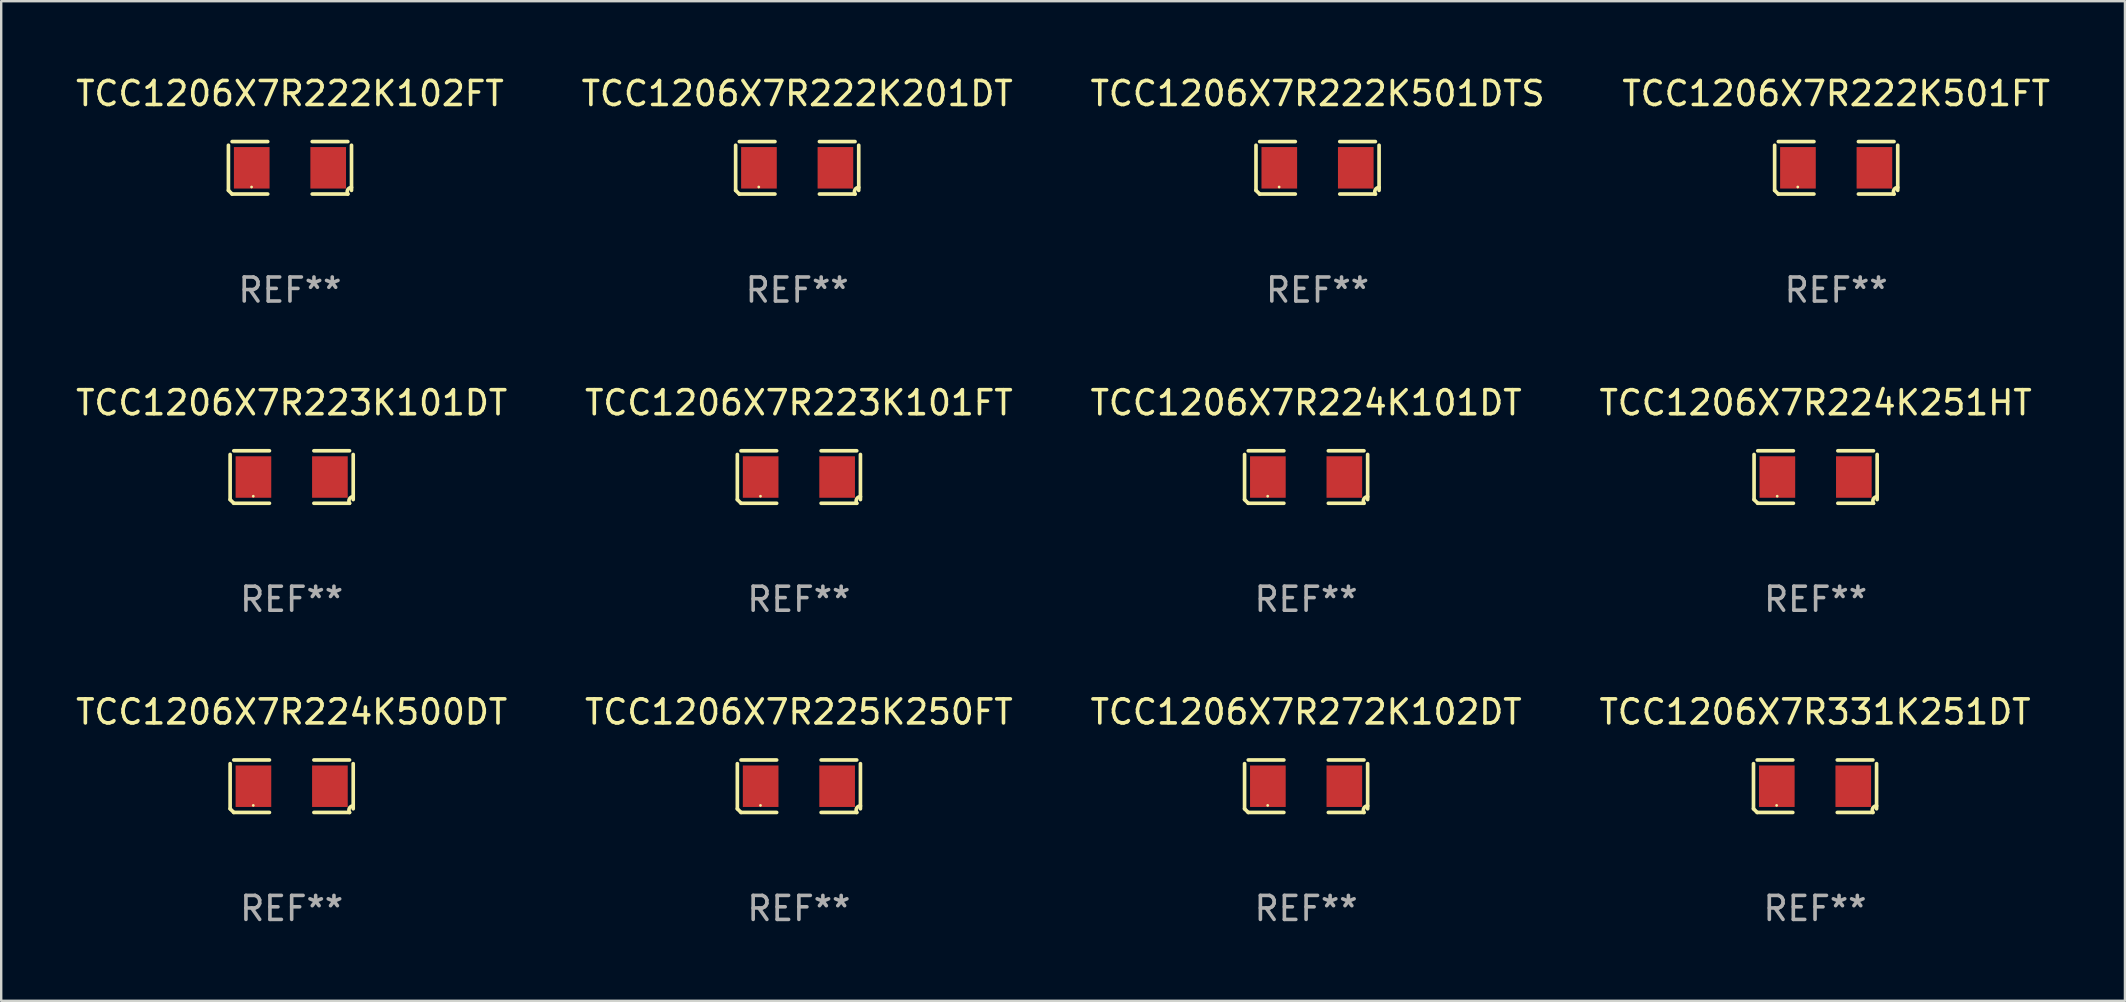
<source format=kicad_pcb>
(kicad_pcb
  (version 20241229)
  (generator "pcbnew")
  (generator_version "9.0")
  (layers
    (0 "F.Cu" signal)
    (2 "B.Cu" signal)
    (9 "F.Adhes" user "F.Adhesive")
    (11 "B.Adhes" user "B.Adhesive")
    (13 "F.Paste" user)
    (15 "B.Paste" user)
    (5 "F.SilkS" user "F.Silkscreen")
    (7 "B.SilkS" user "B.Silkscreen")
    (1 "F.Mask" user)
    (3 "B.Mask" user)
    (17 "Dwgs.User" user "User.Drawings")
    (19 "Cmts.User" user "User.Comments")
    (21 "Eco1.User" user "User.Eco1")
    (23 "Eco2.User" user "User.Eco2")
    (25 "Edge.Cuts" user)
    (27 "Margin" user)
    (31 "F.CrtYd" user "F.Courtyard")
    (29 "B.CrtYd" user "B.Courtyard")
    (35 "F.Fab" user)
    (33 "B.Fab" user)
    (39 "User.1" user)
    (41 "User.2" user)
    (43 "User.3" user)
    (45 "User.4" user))
  (footprint "TCC1206X7R331K251DT"
    (layer "F.Cu")
    (at 72.565 29.704)
    (property "Reference" "TCC1206X7R331K251DT" (at 0 -3.093 0) (layer "F.SilkS") (effects (font (size 1 1) (thickness 0.15))))
    (attr through_hole)
    (fp_line (start -2.564 0.94) (end -2.564 -0.94) (stroke (width 0.152) (type solid)) (layer "F.SilkS"))
    (fp_line (start -2.411 -1.093) (end -0.926 -1.093) (stroke (width 0.152) (type solid)) (layer "F.SilkS"))
    (fp_line (start -0.926 1.093) (end -2.411 1.093) (stroke (width 0.152) (type solid)) (layer "F.SilkS"))
    (fp_line (start 0.926 1.093) (end 2.411 1.093) (stroke (width 0.152) (type solid)) (layer "F.SilkS"))
    (fp_line (start 2.411 -1.093) (end 0.926 -1.093) (stroke (width 0.152) (type solid)) (layer "F.SilkS"))
    (fp_line (start 2.564 0.94) (end 2.564 -0.94) (stroke (width 0.152) (type solid)) (layer "F.SilkS"))
    (fp_arc (start -2.411201 1.092609) (mid -2.487413 1.01642) (end -2.563602 0.940208) (stroke (width 0.1524) (type solid)) (layer "F.SilkS"))
    (fp_arc (start 2.411201 1.092609) (mid 2.407159 0.911226) (end 2.563602 0.819347) (stroke (width 0.1524) (type solid)) (layer "F.SilkS"))
    (fp_circle (center -1.6 0.8) (end -1.57 0.8) (stroke (width 0.06) (type solid)) (fill no) (layer "F.SilkS"))
    (fp_text user "REF**" (at 0 5.093 0) (layer "F.Fab") (effects (font (size 1 1) (thickness 0.15))))
    (pad "1" smd rect (at -1.593 0) (size 1.485 1.728) (layers "F.Cu" "F.Mask" "F.Paste"))
    (pad "2" smd rect (at 1.593 0) (size 1.485 1.728) (layers "F.Cu" "F.Mask" "F.Paste")))
  (footprint "TCC1206X7R225K250FT"
    (layer "F.Cu")
    (at 30.232 29.704)
    (property "Reference" "TCC1206X7R225K250FT" (at 0 -3.093 0) (layer "F.SilkS") (effects (font (size 1 1) (thickness 0.15))))
    (attr through_hole)
    (fp_line (start -2.564 0.94) (end -2.564 -0.94) (stroke (width 0.152) (type solid)) (layer "F.SilkS"))
    (fp_line (start -2.411 -1.093) (end -0.926 -1.093) (stroke (width 0.152) (type solid)) (layer "F.SilkS"))
    (fp_line (start -0.926 1.093) (end -2.411 1.093) (stroke (width 0.152) (type solid)) (layer "F.SilkS"))
    (fp_line (start 0.926 1.093) (end 2.411 1.093) (stroke (width 0.152) (type solid)) (layer "F.SilkS"))
    (fp_line (start 2.411 -1.093) (end 0.926 -1.093) (stroke (width 0.152) (type solid)) (layer "F.SilkS"))
    (fp_line (start 2.564 0.94) (end 2.564 -0.94) (stroke (width 0.152) (type solid)) (layer "F.SilkS"))
    (fp_arc (start -2.411201 1.092609) (mid -2.487413 1.01642) (end -2.563602 0.940208) (stroke (width 0.1524) (type solid)) (layer "F.SilkS"))
    (fp_arc (start 2.411201 1.092609) (mid 2.407159 0.911226) (end 2.563602 0.819347) (stroke (width 0.1524) (type solid)) (layer "F.SilkS"))
    (fp_circle (center -1.6 0.8) (end -1.57 0.8) (stroke (width 0.06) (type solid)) (fill no) (layer "F.SilkS"))
    (fp_text user "REF**" (at 0 5.093 0) (layer "F.Fab") (effects (font (size 1 1) (thickness 0.15))))
    (pad "1" smd rect (at -1.593 0) (size 1.485 1.728) (layers "F.Cu" "F.Mask" "F.Paste"))
    (pad "2" smd rect (at 1.593 0) (size 1.485 1.728) (layers "F.Cu" "F.Mask" "F.Paste")))
  (footprint "TCC1206X7R272K102DT"
    (layer "F.Cu")
    (at 51.363 29.704)
    (property "Reference" "TCC1206X7R272K102DT" (at 0 -3.093 0) (layer "F.SilkS") (effects (font (size 1 1) (thickness 0.15))))
    (attr through_hole)
    (fp_line (start -2.564 0.94) (end -2.564 -0.94) (stroke (width 0.152) (type solid)) (layer "F.SilkS"))
    (fp_line (start -2.411 -1.093) (end -0.926 -1.093) (stroke (width 0.152) (type solid)) (layer "F.SilkS"))
    (fp_line (start -0.926 1.093) (end -2.411 1.093) (stroke (width 0.152) (type solid)) (layer "F.SilkS"))
    (fp_line (start 0.926 1.093) (end 2.411 1.093) (stroke (width 0.152) (type solid)) (layer "F.SilkS"))
    (fp_line (start 2.411 -1.093) (end 0.926 -1.093) (stroke (width 0.152) (type solid)) (layer "F.SilkS"))
    (fp_line (start 2.564 0.94) (end 2.564 -0.94) (stroke (width 0.152) (type solid)) (layer "F.SilkS"))
    (fp_arc (start -2.411201 1.092609) (mid -2.487413 1.01642) (end -2.563602 0.940208) (stroke (width 0.1524) (type solid)) (layer "F.SilkS"))
    (fp_arc (start 2.411201 1.092609) (mid 2.407159 0.911226) (end 2.563602 0.819347) (stroke (width 0.1524) (type solid)) (layer "F.SilkS"))
    (fp_circle (center -1.6 0.8) (end -1.57 0.8) (stroke (width 0.06) (type solid)) (fill no) (layer "F.SilkS"))
    (fp_text user "REF**" (at 0 5.093 0) (layer "F.Fab") (effects (font (size 1 1) (thickness 0.15))))
    (pad "1" smd rect (at -1.593 0) (size 1.485 1.728) (layers "F.Cu" "F.Mask" "F.Paste"))
    (pad "2" smd rect (at 1.593 0) (size 1.485 1.728) (layers "F.Cu" "F.Mask" "F.Paste")))
  (footprint "TCC1206X7R222K501FT"
    (layer "F.Cu")
    (at 73.446 3.941)
    (property "Reference" "TCC1206X7R222K501FT" (at 0 -3.093 0) (layer "F.SilkS") (effects (font (size 1 1) (thickness 0.15))))
    (attr through_hole)
    (fp_line (start -2.564 0.94) (end -2.564 -0.94) (stroke (width 0.152) (type solid)) (layer "F.SilkS"))
    (fp_line (start -2.411 -1.093) (end -0.926 -1.093) (stroke (width 0.152) (type solid)) (layer "F.SilkS"))
    (fp_line (start -0.926 1.093) (end -2.411 1.093) (stroke (width 0.152) (type solid)) (layer "F.SilkS"))
    (fp_line (start 0.926 1.093) (end 2.411 1.093) (stroke (width 0.152) (type solid)) (layer "F.SilkS"))
    (fp_line (start 2.411 -1.093) (end 0.926 -1.093) (stroke (width 0.152) (type solid)) (layer "F.SilkS"))
    (fp_line (start 2.564 0.94) (end 2.564 -0.94) (stroke (width 0.152) (type solid)) (layer "F.SilkS"))
    (fp_arc (start -2.411201 1.092609) (mid -2.487413 1.01642) (end -2.563602 0.940208) (stroke (width 0.1524) (type solid)) (layer "F.SilkS"))
    (fp_arc (start 2.411201 1.092609) (mid 2.407159 0.911226) (end 2.563602 0.819347) (stroke (width 0.1524) (type solid)) (layer "F.SilkS"))
    (fp_circle (center -1.6 0.8) (end -1.57 0.8) (stroke (width 0.06) (type solid)) (fill no) (layer "F.SilkS"))
    (fp_text user "REF**" (at 0 5.093 0) (layer "F.Fab") (effects (font (size 1 1) (thickness 0.15))))
    (pad "1" smd rect (at -1.593 0) (size 1.485 1.728) (layers "F.Cu" "F.Mask" "F.Paste"))
    (pad "2" smd rect (at 1.593 0) (size 1.485 1.728) (layers "F.Cu" "F.Mask" "F.Paste")))
  (footprint "TCC1206X7R224K101DT"
    (layer "F.Cu")
    (at 51.363 16.823)
    (property "Reference" "TCC1206X7R224K101DT" (at 0 -3.093 0) (layer "F.SilkS") (effects (font (size 1 1) (thickness 0.15))))
    (attr through_hole)
    (fp_line (start -2.564 0.94) (end -2.564 -0.94) (stroke (width 0.152) (type solid)) (layer "F.SilkS"))
    (fp_line (start -2.411 -1.093) (end -0.926 -1.093) (stroke (width 0.152) (type solid)) (layer "F.SilkS"))
    (fp_line (start -0.926 1.093) (end -2.411 1.093) (stroke (width 0.152) (type solid)) (layer "F.SilkS"))
    (fp_line (start 0.926 1.093) (end 2.411 1.093) (stroke (width 0.152) (type solid)) (layer "F.SilkS"))
    (fp_line (start 2.411 -1.093) (end 0.926 -1.093) (stroke (width 0.152) (type solid)) (layer "F.SilkS"))
    (fp_line (start 2.564 0.94) (end 2.564 -0.94) (stroke (width 0.152) (type solid)) (layer "F.SilkS"))
    (fp_arc (start -2.411201 1.092609) (mid -2.487413 1.01642) (end -2.563602 0.940208) (stroke (width 0.1524) (type solid)) (layer "F.SilkS"))
    (fp_arc (start 2.411201 1.092609) (mid 2.407159 0.911226) (end 2.563602 0.819347) (stroke (width 0.1524) (type solid)) (layer "F.SilkS"))
    (fp_circle (center -1.6 0.8) (end -1.57 0.8) (stroke (width 0.06) (type solid)) (fill no) (layer "F.SilkS"))
    (fp_text user "REF**" (at 0 5.093 0) (layer "F.Fab") (effects (font (size 1 1) (thickness 0.15))))
    (pad "1" smd rect (at -1.593 0) (size 1.485 1.728) (layers "F.Cu" "F.Mask" "F.Paste"))
    (pad "2" smd rect (at 1.593 0) (size 1.485 1.728) (layers "F.Cu" "F.Mask" "F.Paste")))
  (footprint "TCC1206X7R222K201DT"
    (layer "F.Cu")
    (at 30.161 3.941)
    (property "Reference" "TCC1206X7R222K201DT" (at 0 -3.093 0) (layer "F.SilkS") (effects (font (size 1 1) (thickness 0.15))))
    (attr through_hole)
    (fp_line (start -2.564 0.94) (end -2.564 -0.94) (stroke (width 0.152) (type solid)) (layer "F.SilkS"))
    (fp_line (start -2.411 -1.093) (end -0.926 -1.093) (stroke (width 0.152) (type solid)) (layer "F.SilkS"))
    (fp_line (start -0.926 1.093) (end -2.411 1.093) (stroke (width 0.152) (type solid)) (layer "F.SilkS"))
    (fp_line (start 0.926 1.093) (end 2.411 1.093) (stroke (width 0.152) (type solid)) (layer "F.SilkS"))
    (fp_line (start 2.411 -1.093) (end 0.926 -1.093) (stroke (width 0.152) (type solid)) (layer "F.SilkS"))
    (fp_line (start 2.564 0.94) (end 2.564 -0.94) (stroke (width 0.152) (type solid)) (layer "F.SilkS"))
    (fp_arc (start -2.411201 1.092609) (mid -2.487413 1.01642) (end -2.563602 0.940208) (stroke (width 0.1524) (type solid)) (layer "F.SilkS"))
    (fp_arc (start 2.411201 1.092609) (mid 2.407159 0.911226) (end 2.563602 0.819347) (stroke (width 0.1524) (type solid)) (layer "F.SilkS"))
    (fp_circle (center -1.6 0.8) (end -1.57 0.8) (stroke (width 0.06) (type solid)) (fill no) (layer "F.SilkS"))
    (fp_text user "REF**" (at 0 5.093 0) (layer "F.Fab") (effects (font (size 1 1) (thickness 0.15))))
    (pad "1" smd rect (at -1.593 0) (size 1.485 1.728) (layers "F.Cu" "F.Mask" "F.Paste"))
    (pad "2" smd rect (at 1.593 0) (size 1.485 1.728) (layers "F.Cu" "F.Mask" "F.Paste")))
  (footprint "TCC1206X7R223K101DT"
    (layer "F.Cu")
    (at 9.101 16.823)
    (property "Reference" "TCC1206X7R223K101DT" (at 0 -3.093 0) (layer "F.SilkS") (effects (font (size 1 1) (thickness 0.15))))
    (attr through_hole)
    (fp_line (start -2.564 0.94) (end -2.564 -0.94) (stroke (width 0.152) (type solid)) (layer "F.SilkS"))
    (fp_line (start -2.411 -1.093) (end -0.926 -1.093) (stroke (width 0.152) (type solid)) (layer "F.SilkS"))
    (fp_line (start -0.926 1.093) (end -2.411 1.093) (stroke (width 0.152) (type solid)) (layer "F.SilkS"))
    (fp_line (start 0.926 1.093) (end 2.411 1.093) (stroke (width 0.152) (type solid)) (layer "F.SilkS"))
    (fp_line (start 2.411 -1.093) (end 0.926 -1.093) (stroke (width 0.152) (type solid)) (layer "F.SilkS"))
    (fp_line (start 2.564 0.94) (end 2.564 -0.94) (stroke (width 0.152) (type solid)) (layer "F.SilkS"))
    (fp_arc (start -2.411201 1.092609) (mid -2.487413 1.01642) (end -2.563602 0.940208) (stroke (width 0.1524) (type solid)) (layer "F.SilkS"))
    (fp_arc (start 2.411201 1.092609) (mid 2.407159 0.911226) (end 2.563602 0.819347) (stroke (width 0.1524) (type solid)) (layer "F.SilkS"))
    (fp_circle (center -1.6 0.8) (end -1.57 0.8) (stroke (width 0.06) (type solid)) (fill no) (layer "F.SilkS"))
    (fp_text user "REF**" (at 0 5.093 0) (layer "F.Fab") (effects (font (size 1 1) (thickness 0.15))))
    (pad "1" smd rect (at -1.593 0) (size 1.485 1.728) (layers "F.Cu" "F.Mask" "F.Paste"))
    (pad "2" smd rect (at 1.593 0) (size 1.485 1.728) (layers "F.Cu" "F.Mask" "F.Paste")))
  (footprint "TCC1206X7R223K101FT"
    (layer "F.Cu")
    (at 30.232 16.823)
    (property "Reference" "TCC1206X7R223K101FT" (at 0 -3.093 0) (layer "F.SilkS") (effects (font (size 1 1) (thickness 0.15))))
    (attr through_hole)
    (fp_line (start -2.564 0.94) (end -2.564 -0.94) (stroke (width 0.152) (type solid)) (layer "F.SilkS"))
    (fp_line (start -2.411 -1.093) (end -0.926 -1.093) (stroke (width 0.152) (type solid)) (layer "F.SilkS"))
    (fp_line (start -0.926 1.093) (end -2.411 1.093) (stroke (width 0.152) (type solid)) (layer "F.SilkS"))
    (fp_line (start 0.926 1.093) (end 2.411 1.093) (stroke (width 0.152) (type solid)) (layer "F.SilkS"))
    (fp_line (start 2.411 -1.093) (end 0.926 -1.093) (stroke (width 0.152) (type solid)) (layer "F.SilkS"))
    (fp_line (start 2.564 0.94) (end 2.564 -0.94) (stroke (width 0.152) (type solid)) (layer "F.SilkS"))
    (fp_arc (start -2.411201 1.092609) (mid -2.487413 1.01642) (end -2.563602 0.940208) (stroke (width 0.1524) (type solid)) (layer "F.SilkS"))
    (fp_arc (start 2.411201 1.092609) (mid 2.407159 0.911226) (end 2.563602 0.819347) (stroke (width 0.1524) (type solid)) (layer "F.SilkS"))
    (fp_circle (center -1.6 0.8) (end -1.57 0.8) (stroke (width 0.06) (type solid)) (fill no) (layer "F.SilkS"))
    (fp_text user "REF**" (at 0 5.093 0) (layer "F.Fab") (effects (font (size 1 1) (thickness 0.15))))
    (pad "1" smd rect (at -1.593 0) (size 1.485 1.728) (layers "F.Cu" "F.Mask" "F.Paste"))
    (pad "2" smd rect (at 1.593 0) (size 1.485 1.728) (layers "F.Cu" "F.Mask" "F.Paste")))
  (footprint "TCC1206X7R224K251HT"
    (layer "F.Cu")
    (at 72.589 16.823)
    (property "Reference" "TCC1206X7R224K251HT" (at 0 -3.093 0) (layer "F.SilkS") (effects (font (size 1 1) (thickness 0.15))))
    (attr through_hole)
    (fp_line (start -2.564 0.94) (end -2.564 -0.94) (stroke (width 0.152) (type solid)) (layer "F.SilkS"))
    (fp_line (start -2.411 -1.093) (end -0.926 -1.093) (stroke (width 0.152) (type solid)) (layer "F.SilkS"))
    (fp_line (start -0.926 1.093) (end -2.411 1.093) (stroke (width 0.152) (type solid)) (layer "F.SilkS"))
    (fp_line (start 0.926 1.093) (end 2.411 1.093) (stroke (width 0.152) (type solid)) (layer "F.SilkS"))
    (fp_line (start 2.411 -1.093) (end 0.926 -1.093) (stroke (width 0.152) (type solid)) (layer "F.SilkS"))
    (fp_line (start 2.564 0.94) (end 2.564 -0.94) (stroke (width 0.152) (type solid)) (layer "F.SilkS"))
    (fp_arc (start -2.411201 1.092609) (mid -2.487413 1.01642) (end -2.563602 0.940208) (stroke (width 0.1524) (type solid)) (layer "F.SilkS"))
    (fp_arc (start 2.411201 1.092609) (mid 2.407159 0.911226) (end 2.563602 0.819347) (stroke (width 0.1524) (type solid)) (layer "F.SilkS"))
    (fp_circle (center -1.6 0.8) (end -1.57 0.8) (stroke (width 0.06) (type solid)) (fill no) (layer "F.SilkS"))
    (fp_text user "REF**" (at 0 5.093 0) (layer "F.Fab") (effects (font (size 1 1) (thickness 0.15))))
    (pad "1" smd rect (at -1.593 0) (size 1.485 1.728) (layers "F.Cu" "F.Mask" "F.Paste"))
    (pad "2" smd rect (at 1.593 0) (size 1.485 1.728) (layers "F.Cu" "F.Mask" "F.Paste")))
  (footprint "TCC1206X7R222K501DTS"
    (layer "F.Cu")
    (at 51.839 3.941)
    (property "Reference" "TCC1206X7R222K501DTS" (at 0 -3.093 0) (layer "F.SilkS") (effects (font (size 1 1) (thickness 0.15))))
    (attr through_hole)
    (fp_line (start -2.564 0.94) (end -2.564 -0.94) (stroke (width 0.152) (type solid)) (layer "F.SilkS"))
    (fp_line (start -2.411 -1.093) (end -0.926 -1.093) (stroke (width 0.152) (type solid)) (layer "F.SilkS"))
    (fp_line (start -0.926 1.093) (end -2.411 1.093) (stroke (width 0.152) (type solid)) (layer "F.SilkS"))
    (fp_line (start 0.926 1.093) (end 2.411 1.093) (stroke (width 0.152) (type solid)) (layer "F.SilkS"))
    (fp_line (start 2.411 -1.093) (end 0.926 -1.093) (stroke (width 0.152) (type solid)) (layer "F.SilkS"))
    (fp_line (start 2.564 0.94) (end 2.564 -0.94) (stroke (width 0.152) (type solid)) (layer "F.SilkS"))
    (fp_arc (start -2.411201 1.092609) (mid -2.487413 1.01642) (end -2.563602 0.940208) (stroke (width 0.1524) (type solid)) (layer "F.SilkS"))
    (fp_arc (start 2.411201 1.092609) (mid 2.407159 0.911226) (end 2.563602 0.819347) (stroke (width 0.1524) (type solid)) (layer "F.SilkS"))
    (fp_circle (center -1.6 0.8) (end -1.57 0.8) (stroke (width 0.06) (type solid)) (fill no) (layer "F.SilkS"))
    (fp_text user "REF**" (at 0 5.093 0) (layer "F.Fab") (effects (font (size 1 1) (thickness 0.15))))
    (pad "1" smd rect (at -1.593 0) (size 1.485 1.728) (layers "F.Cu" "F.Mask" "F.Paste"))
    (pad "2" smd rect (at 1.593 0) (size 1.485 1.728) (layers "F.Cu" "F.Mask" "F.Paste")))
  (footprint "TCC1206X7R222K102FT"
    (layer "F.Cu")
    (at 9.03 3.941)
    (property "Reference" "TCC1206X7R222K102FT" (at 0 -3.093 0) (layer "F.SilkS") (effects (font (size 1 1) (thickness 0.15))))
    (attr through_hole)
    (fp_line (start -2.564 0.94) (end -2.564 -0.94) (stroke (width 0.152) (type solid)) (layer "F.SilkS"))
    (fp_line (start -2.411 -1.093) (end -0.926 -1.093) (stroke (width 0.152) (type solid)) (layer "F.SilkS"))
    (fp_line (start -0.926 1.093) (end -2.411 1.093) (stroke (width 0.152) (type solid)) (layer "F.SilkS"))
    (fp_line (start 0.926 1.093) (end 2.411 1.093) (stroke (width 0.152) (type solid)) (layer "F.SilkS"))
    (fp_line (start 2.411 -1.093) (end 0.926 -1.093) (stroke (width 0.152) (type solid)) (layer "F.SilkS"))
    (fp_line (start 2.564 0.94) (end 2.564 -0.94) (stroke (width 0.152) (type solid)) (layer "F.SilkS"))
    (fp_arc (start -2.411201 1.092609) (mid -2.487413 1.01642) (end -2.563602 0.940208) (stroke (width 0.1524) (type solid)) (layer "F.SilkS"))
    (fp_arc (start 2.411201 1.092609) (mid 2.407159 0.911226) (end 2.563602 0.819347) (stroke (width 0.1524) (type solid)) (layer "F.SilkS"))
    (fp_circle (center -1.6 0.8) (end -1.57 0.8) (stroke (width 0.06) (type solid)) (fill no) (layer "F.SilkS"))
    (fp_text user "REF**" (at 0 5.093 0) (layer "F.Fab") (effects (font (size 1 1) (thickness 0.15))))
    (pad "1" smd rect (at -1.593 0) (size 1.485 1.728) (layers "F.Cu" "F.Mask" "F.Paste"))
    (pad "2" smd rect (at 1.593 0) (size 1.485 1.728) (layers "F.Cu" "F.Mask" "F.Paste")))
  (footprint "TCC1206X7R224K500DT"
    (layer "F.Cu")
    (at 9.101 29.704)
    (property "Reference" "TCC1206X7R224K500DT" (at 0 -3.093 0) (layer "F.SilkS") (effects (font (size 1 1) (thickness 0.15))))
    (attr through_hole)
    (fp_line (start -2.564 0.94) (end -2.564 -0.94) (stroke (width 0.152) (type solid)) (layer "F.SilkS"))
    (fp_line (start -2.411 -1.093) (end -0.926 -1.093) (stroke (width 0.152) (type solid)) (layer "F.SilkS"))
    (fp_line (start -0.926 1.093) (end -2.411 1.093) (stroke (width 0.152) (type solid)) (layer "F.SilkS"))
    (fp_line (start 0.926 1.093) (end 2.411 1.093) (stroke (width 0.152) (type solid)) (layer "F.SilkS"))
    (fp_line (start 2.411 -1.093) (end 0.926 -1.093) (stroke (width 0.152) (type solid)) (layer "F.SilkS"))
    (fp_line (start 2.564 0.94) (end 2.564 -0.94) (stroke (width 0.152) (type solid)) (layer "F.SilkS"))
    (fp_arc (start -2.411201 1.092609) (mid -2.487413 1.01642) (end -2.563602 0.940208) (stroke (width 0.1524) (type solid)) (layer "F.SilkS"))
    (fp_arc (start 2.411201 1.092609) (mid 2.407159 0.911226) (end 2.563602 0.819347) (stroke (width 0.1524) (type solid)) (layer "F.SilkS"))
    (fp_circle (center -1.6 0.8) (end -1.57 0.8) (stroke (width 0.06) (type solid)) (fill no) (layer "F.SilkS"))
    (fp_text user "REF**" (at 0 5.093 0) (layer "F.Fab") (effects (font (size 1 1) (thickness 0.15))))
    (pad "1" smd rect (at -1.593 0) (size 1.485 1.728) (layers "F.Cu" "F.Mask" "F.Paste"))
    (pad "2" smd rect (at 1.593 0) (size 1.485 1.728) (layers "F.Cu" "F.Mask" "F.Paste")))
  (gr_rect
    (start -3 -3)
    (end 85.476 38.645)
    (stroke (width 0.1) (type default))
    (fill no)
    (layer "Edge.Cuts")))
</source>
